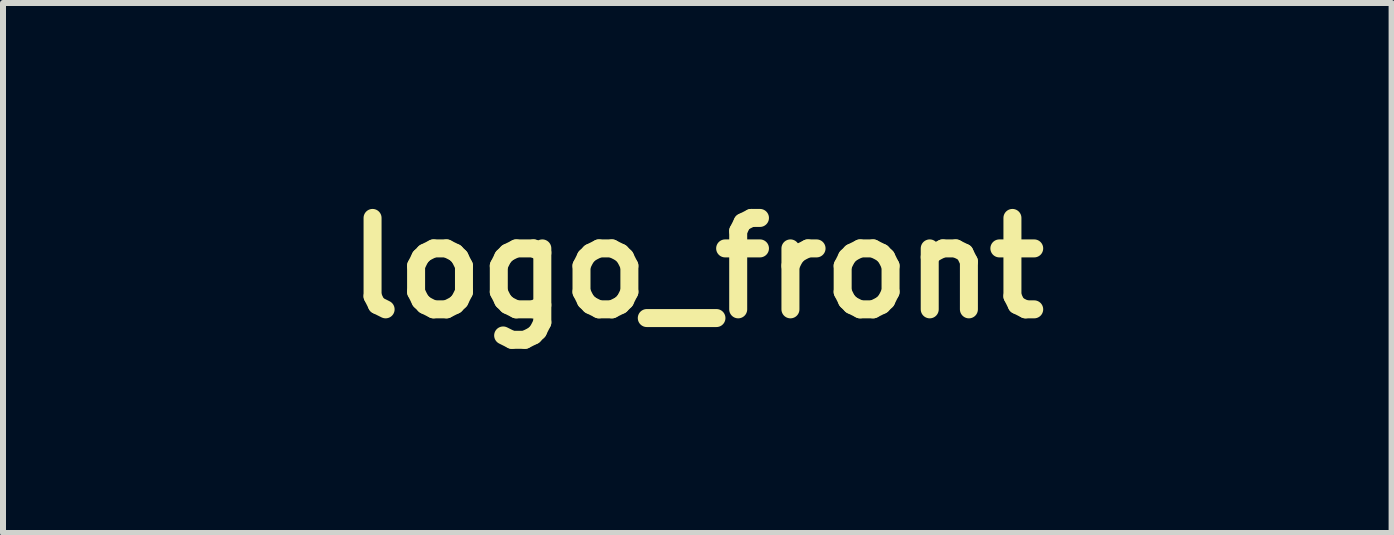
<source format=kicad_pcb>
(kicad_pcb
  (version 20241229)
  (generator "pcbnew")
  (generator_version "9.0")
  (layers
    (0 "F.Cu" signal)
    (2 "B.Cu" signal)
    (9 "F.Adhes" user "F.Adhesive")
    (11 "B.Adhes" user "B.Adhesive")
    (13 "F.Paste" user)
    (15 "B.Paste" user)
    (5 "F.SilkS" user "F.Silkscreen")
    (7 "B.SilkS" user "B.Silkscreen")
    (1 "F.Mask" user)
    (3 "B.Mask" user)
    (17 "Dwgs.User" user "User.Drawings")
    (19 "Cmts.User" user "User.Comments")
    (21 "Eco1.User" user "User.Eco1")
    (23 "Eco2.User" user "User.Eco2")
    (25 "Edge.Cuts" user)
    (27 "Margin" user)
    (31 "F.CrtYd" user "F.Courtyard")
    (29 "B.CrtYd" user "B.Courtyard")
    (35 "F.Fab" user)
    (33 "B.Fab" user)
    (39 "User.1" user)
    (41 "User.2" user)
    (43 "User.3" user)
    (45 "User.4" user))
  (footprint "logo_front"
    (layer "F.Cu")
    (at 8.568 1.418)
    (property "Reference" "logo_front" (at 0 0 0) (layer "F.SilkS") (effects (font (size 1.524 1.524) (thickness 0.3))))
    (attr through_hole)
    (fp_poly (pts (xy -2.177 0.639) (xy -2.424 0.639) (xy -2.424 -1.045) (xy -2.177 -1.045) (xy -2.177 0.639)) (stroke (width 0.01) (type solid)) (fill yes) (layer "F.Mask"))
    (fp_poly (pts (xy -8.311 -0.332) (xy -8.313 0.635) (xy -8.438 0.637) (xy -8.563 0.639) (xy -8.563 -1.299) (xy -8.309 -1.299) (xy -8.311 -0.332)) (stroke (width 0.01) (type solid)) (fill yes) (layer "F.Mask"))
    (fp_poly (pts (xy -7.156 0.639) (xy -7.402 0.639) (xy -7.404 0.372) (xy -7.406 0.105) (xy -8.077 0.101) (xy -8.077 -0.145) (xy -7.402 -0.145) (xy -7.402 -1.045) (xy -7.156 -1.045) (xy -7.156 0.639)) (stroke (width 0.01) (type solid)) (fill yes) (layer "F.Mask"))
    (fp_poly (pts (xy 8.484 1.168) (xy 8.578 1.168) (xy 8.578 1.263) (xy 8.273 1.263) (xy 8.273 1.168) (xy 8.389 1.168) (xy 8.389 0.74) (xy 8.273 0.74) (xy 8.273 0.646) (xy 8.484 0.646) (xy 8.484 1.168)) (stroke (width 0.01) (type solid)) (fill yes) (layer "F.Mask"))
    (fp_poly (pts (xy -6.06 -0.791) (xy -6.698 -0.791) (xy -6.698 -0.493) (xy -6.06 -0.493) (xy -6.06 -0.239) (xy -6.698 -0.239) (xy -6.698 0.385) (xy -5.813 0.385) (xy -5.813 0.639) (xy -6.952 0.639) (xy -6.952 -1.045) (xy -6.06 -1.045) (xy -6.06 -0.791)) (stroke (width 0.01) (type solid)) (fill yes) (layer "F.Mask"))
    (fp_poly (pts (xy 7.177 -0.791) (xy 6.531 -0.791) (xy 6.531 -0.493) (xy 7.177 -0.493) (xy 7.177 -0.239) (xy 6.531 -0.239) (xy 6.531 0.385) (xy 6.976 0.386) (xy 7.42 0.388) (xy 7.42 0.635) (xy 6.853 0.637) (xy 6.285 0.639) (xy 6.285 -1.045) (xy 7.177 -1.045) (xy 7.177 -0.791)) (stroke (width 0.01) (type solid)) (fill yes) (layer "F.Mask"))
    (fp_poly (pts (xy -1.868 -1.043) (xy -1.791 -1.041) (xy -0.94 0.1) (xy -0.936 -1.045) (xy -0.689 -1.045) (xy -0.689 0.639) (xy -0.764 0.638) (xy -0.838 0.638) (xy -1.263 0.069) (xy -1.323 -0.012) (xy -1.38 -0.089) (xy -1.435 -0.161) (xy -1.486 -0.229) (xy -1.532 -0.291) (xy -1.574 -0.347) (xy -1.611 -0.395) (xy -1.642 -0.435) (xy -1.665 -0.467) (xy -1.682 -0.488) (xy -1.691 -0.499) (xy -1.693 -0.501) (xy -1.694 -0.494) (xy -1.694 -0.473) (xy -1.695 -0.44) (xy -1.696 -0.396) (xy -1.696 -0.342) (xy -1.697 -0.279) (xy -1.697 -0.208) (xy -1.698 -0.13) (xy -1.698 -0.046) (xy -1.698 0.042) (xy -1.698 0.069) (xy -1.698 0.639) (xy -1.945 0.639) (xy -1.945 -1.046) (xy -1.868 -1.043)) (stroke (width 0.01) (type solid)) (fill yes) (layer "F.Mask"))
    (fp_poly (pts (xy 5.935 -1.043) (xy 6.056 -1.041) (xy 6.056 0.635) (xy 5.983 0.637) (xy 5.911 0.639) (xy 5.483 0.066) (xy 5.055 -0.508) (xy 5.053 0.066) (xy 5.051 0.639) (xy 4.804 0.639) (xy 4.804 -1.045) (xy 4.954 -1.045) (xy 5.378 -0.476) (xy 5.438 -0.395) (xy 5.496 -0.318) (xy 5.55 -0.245) (xy 5.601 -0.177) (xy 5.648 -0.115) (xy 5.689 -0.06) (xy 5.726 -0.011) (xy 5.756 0.029) (xy 5.78 0.06) (xy 5.797 0.082) (xy 5.806 0.093) (xy 5.808 0.094) (xy 5.808 0.087) (xy 5.809 0.067) (xy 5.81 0.034) (xy 5.811 -0.01) (xy 5.811 -0.064) (xy 5.812 -0.127) (xy 5.812 -0.199) (xy 5.813 -0.277) (xy 5.813 -0.36) (xy 5.813 -0.449) (xy 5.813 -0.476) (xy 5.813 -1.045) (xy 5.935 -1.043)) (stroke (width 0.01) (type solid)) (fill yes) (layer "F.Mask"))
    (fp_poly (pts (xy 8.075 0.978) (xy 8.043 1.042) (xy 8.013 1.103) (xy 7.985 1.158) (xy 7.96 1.206) (xy 7.94 1.247) (xy 7.923 1.279) (xy 7.912 1.301) (xy 7.907 1.311) (xy 7.906 1.312) (xy 7.903 1.306) (xy 7.893 1.289) (xy 7.879 1.261) (xy 7.859 1.223) (xy 7.836 1.177) (xy 7.809 1.125) (xy 7.779 1.066) (xy 7.747 1.004) (xy 7.737 0.983) (xy 7.704 0.919) (xy 7.674 0.858) (xy 7.646 0.803) (xy 7.622 0.755) (xy 7.601 0.714) (xy 7.585 0.682) (xy 7.575 0.66) (xy 7.57 0.649) (xy 7.569 0.648) (xy 7.576 0.647) (xy 7.593 0.647) (xy 7.619 0.647) (xy 7.624 0.647) (xy 7.679 0.65) (xy 7.776 0.853) (xy 7.801 0.904) (xy 7.824 0.953) (xy 7.846 0.997) (xy 7.863 1.035) (xy 7.877 1.063) (xy 7.886 1.081) (xy 7.887 1.085) (xy 7.901 1.114) (xy 8.135 0.646) (xy 8.242 0.646) (xy 8.075 0.978)) (stroke (width 0.01) (type solid)) (fill yes) (layer "F.Mask"))
    (fp_poly (pts (xy 0.46 -1.063) (xy 0.552 -1.049) (xy 0.638 -1.027) (xy 0.716 -0.997) (xy 0.724 -0.994) (xy 0.783 -0.965) (xy 0.743 -0.902) (xy 0.711 -0.854) (xy 0.687 -0.817) (xy 0.668 -0.79) (xy 0.655 -0.772) (xy 0.645 -0.761) (xy 0.639 -0.757) (xy 0.636 -0.757) (xy 0.543 -0.792) (xy 0.452 -0.813) (xy 0.364 -0.82) (xy 0.276 -0.813) (xy 0.259 -0.81) (xy 0.171 -0.786) (xy 0.087 -0.749) (xy 0.01 -0.701) (xy -0.06 -0.643) (xy -0.121 -0.576) (xy -0.172 -0.502) (xy -0.211 -0.42) (xy -0.224 -0.382) (xy -0.245 -0.291) (xy -0.252 -0.199) (xy -0.245 -0.109) (xy -0.224 -0.021) (xy -0.19 0.063) (xy -0.143 0.142) (xy -0.083 0.215) (xy -0.069 0.229) (xy 0.002 0.292) (xy 0.076 0.342) (xy 0.153 0.378) (xy 0.235 0.401) (xy 0.324 0.411) (xy 0.399 0.412) (xy 0.491 0.402) (xy 0.576 0.379) (xy 0.655 0.344) (xy 0.73 0.296) (xy 0.8 0.234) (xy 0.811 0.222) (xy 0.833 0.199) (xy 0.846 0.183) (xy 0.853 0.171) (xy 0.855 0.158) (xy 0.855 0.141) (xy 0.855 0.14) (xy 0.853 0.105) (xy 0.486 0.101) (xy 0.486 -0.145) (xy 1.11 -0.145) (xy 1.11 0.639) (xy 0.856 0.639) (xy 0.856 0.514) (xy 0.833 0.529) (xy 0.769 0.566) (xy 0.696 0.6) (xy 0.618 0.628) (xy 0.541 0.649) (xy 0.536 0.65) (xy 0.498 0.656) (xy 0.451 0.661) (xy 0.399 0.663) (xy 0.347 0.665) (xy 0.299 0.664) (xy 0.26 0.661) (xy 0.256 0.66) (xy 0.149 0.639) (xy 0.047 0.604) (xy -0.051 0.556) (xy -0.146 0.494) (xy -0.171 0.475) (xy -0.245 0.409) (xy -0.313 0.333) (xy -0.372 0.25) (xy -0.421 0.162) (xy -0.459 0.071) (xy -0.464 0.055) (xy -0.489 -0.052) (xy -0.501 -0.161) (xy -0.499 -0.27) (xy -0.483 -0.378) (xy -0.454 -0.483) (xy -0.411 -0.584) (xy -0.359 -0.675) (xy -0.292 -0.762) (xy -0.215 -0.841) (xy -0.129 -0.91) (xy -0.035 -0.968) (xy 0.065 -1.014) (xy 0.169 -1.047) (xy 0.192 -1.052) (xy 0.277 -1.065) (xy 0.367 -1.069) (xy 0.46 -1.063)) (stroke (width 0.01) (type solid)) (fill yes) (layer "F.Mask"))
    (fp_poly (pts (xy 3.871 -1.059) (xy 3.971 -1.038) (xy 4.067 -1.004) (xy 4.159 -0.96) (xy 4.245 -0.905) (xy 4.325 -0.841) (xy 4.397 -0.767) (xy 4.46 -0.685) (xy 4.514 -0.594) (xy 4.557 -0.497) (xy 4.589 -0.392) (xy 4.597 -0.353) (xy 4.604 -0.308) (xy 4.607 -0.254) (xy 4.608 -0.195) (xy 4.606 -0.137) (xy 4.602 -0.085) (xy 4.597 -0.052) (xy 4.585 0.004) (xy 4.57 0.056) (xy 4.55 0.108) (xy 4.523 0.166) (xy 4.517 0.178) (xy 4.462 0.274) (xy 4.396 0.361) (xy 4.321 0.439) (xy 4.238 0.506) (xy 4.148 0.562) (xy 4.052 0.607) (xy 3.951 0.64) (xy 3.846 0.66) (xy 3.739 0.667) (xy 3.63 0.66) (xy 3.524 0.639) (xy 3.423 0.605) (xy 3.327 0.559) (xy 3.239 0.503) (xy 3.158 0.436) (xy 3.085 0.36) (xy 3.022 0.277) (xy 2.968 0.186) (xy 2.926 0.089) (xy 2.896 -0.013) (xy 2.878 -0.119) (xy 2.874 -0.206) (xy 2.874 -0.212) (xy 3.127 -0.212) (xy 3.129 -0.143) (xy 3.137 -0.079) (xy 3.142 -0.054) (xy 3.171 0.031) (xy 3.212 0.112) (xy 3.265 0.185) (xy 3.326 0.251) (xy 3.396 0.307) (xy 3.472 0.353) (xy 3.554 0.387) (xy 3.61 0.402) (xy 3.666 0.41) (xy 3.73 0.413) (xy 3.794 0.411) (xy 3.854 0.404) (xy 3.883 0.399) (xy 3.968 0.371) (xy 4.048 0.332) (xy 4.12 0.282) (xy 4.185 0.223) (xy 4.241 0.155) (xy 4.287 0.082) (xy 4.323 0.002) (xy 4.348 -0.081) (xy 4.36 -0.167) (xy 4.358 -0.254) (xy 4.354 -0.29) (xy 4.333 -0.379) (xy 4.3 -0.461) (xy 4.256 -0.538) (xy 4.202 -0.607) (xy 4.139 -0.668) (xy 4.07 -0.72) (xy 3.994 -0.762) (xy 3.914 -0.793) (xy 3.829 -0.813) (xy 3.743 -0.82) (xy 3.655 -0.813) (xy 3.634 -0.81) (xy 3.546 -0.786) (xy 3.463 -0.749) (xy 3.386 -0.701) (xy 3.316 -0.643) (xy 3.255 -0.577) (xy 3.205 -0.502) (xy 3.166 -0.421) (xy 3.142 -0.344) (xy 3.131 -0.281) (xy 3.127 -0.212) (xy 2.874 -0.212) (xy 2.881 -0.313) (xy 2.902 -0.417) (xy 2.935 -0.518) (xy 2.981 -0.613) (xy 3.038 -0.703) (xy 3.105 -0.786) (xy 3.182 -0.86) (xy 3.267 -0.925) (xy 3.361 -0.979) (xy 3.454 -1.019) (xy 3.559 -1.049) (xy 3.664 -1.066) (xy 3.768 -1.069) (xy 3.871 -1.059)) (stroke (width 0.01) (type solid)) (fill yes) (layer "F.Mask"))
    (fp_poly (pts (xy -5.22 -1.045) (xy -5.117 -1.045) (xy -5.027 -1.045) (xy -4.949 -1.044) (xy -4.882 -1.043) (xy -4.825 -1.041) (xy -4.776 -1.039) (xy -4.734 -1.037) (xy -4.698 -1.034) (xy -4.666 -1.03) (xy -4.638 -1.025) (xy -4.612 -1.02) (xy -4.597 -1.016) (xy -4.515 -0.989) (xy -4.442 -0.951) (xy -4.378 -0.902) (xy -4.324 -0.845) (xy -4.281 -0.779) (xy -4.25 -0.705) (xy -4.242 -0.677) (xy -4.228 -0.605) (xy -4.221 -0.524) (xy -4.22 -0.441) (xy -4.226 -0.361) (xy -4.232 -0.319) (xy -4.254 -0.232) (xy -4.286 -0.155) (xy -4.329 -0.087) (xy -4.381 -0.03) (xy -4.445 0.016) (xy -4.519 0.053) (xy -4.603 0.081) (xy -4.663 0.093) (xy -4.739 0.105) (xy -4.586 0.369) (xy -4.554 0.425) (xy -4.524 0.478) (xy -4.497 0.525) (xy -4.474 0.565) (xy -4.455 0.598) (xy -4.442 0.621) (xy -4.435 0.634) (xy -4.434 0.636) (xy -4.441 0.637) (xy -4.46 0.637) (xy -4.489 0.638) (xy -4.526 0.637) (xy -4.569 0.637) (xy -4.57 0.637) (xy -4.706 0.635) (xy -4.858 0.368) (xy -5.011 0.101) (xy -5.196 0.103) (xy -5.381 0.105) (xy -5.383 0.372) (xy -5.385 0.639) (xy -5.632 0.639) (xy -5.632 -0.473) (xy -5.385 -0.473) (xy -5.385 -0.406) (xy -5.384 -0.344) (xy -5.384 -0.288) (xy -5.383 -0.24) (xy -5.382 -0.2) (xy -5.382 -0.171) (xy -5.381 -0.154) (xy -5.38 -0.15) (xy -5.371 -0.149) (xy -5.35 -0.147) (xy -5.318 -0.147) (xy -5.277 -0.146) (xy -5.228 -0.145) (xy -5.173 -0.145) (xy -5.115 -0.145) (xy -5.055 -0.145) (xy -4.994 -0.146) (xy -4.935 -0.146) (xy -4.878 -0.147) (xy -4.827 -0.148) (xy -4.783 -0.149) (xy -4.747 -0.15) (xy -4.722 -0.152) (xy -4.71 -0.153) (xy -4.663 -0.164) (xy -4.615 -0.183) (xy -4.573 -0.206) (xy -4.549 -0.224) (xy -4.523 -0.253) (xy -4.5 -0.293) (xy -4.481 -0.337) (xy -4.47 -0.376) (xy -4.465 -0.417) (xy -4.464 -0.465) (xy -4.466 -0.515) (xy -4.471 -0.562) (xy -4.479 -0.602) (xy -4.484 -0.618) (xy -4.508 -0.663) (xy -4.542 -0.705) (xy -4.583 -0.739) (xy -4.6 -0.75) (xy -4.618 -0.759) (xy -4.635 -0.767) (xy -4.654 -0.773) (xy -4.675 -0.778) (xy -4.701 -0.782) (xy -4.732 -0.785) (xy -4.769 -0.787) (xy -4.815 -0.789) (xy -4.871 -0.79) (xy -4.938 -0.791) (xy -5.017 -0.791) (xy -5.06 -0.791) (xy -5.385 -0.791) (xy -5.385 -0.473) (xy -5.632 -0.473) (xy -5.632 -1.045) (xy -5.22 -1.045)) (stroke (width 0.01) (type solid)) (fill yes) (layer "F.Mask"))
    (fp_poly (pts (xy -3.616 -1.045) (xy -3.537 -1.045) (xy -3.461 -1.045) (xy -3.388 -1.044) (xy -3.32 -1.043) (xy -3.26 -1.042) (xy -3.208 -1.041) (xy -3.167 -1.04) (xy -3.138 -1.038) (xy -3.127 -1.038) (xy -3.028 -1.023) (xy -2.939 -0.999) (xy -2.862 -0.965) (xy -2.794 -0.921) (xy -2.738 -0.869) (xy -2.693 -0.806) (xy -2.659 -0.736) (xy -2.642 -0.683) (xy -2.629 -0.632) (xy -2.622 -0.577) (xy -2.618 -0.515) (xy -2.618 -0.483) (xy -2.619 -0.408) (xy -2.625 -0.344) (xy -2.635 -0.286) (xy -2.65 -0.231) (xy -2.653 -0.223) (xy -2.686 -0.147) (xy -2.73 -0.082) (xy -2.784 -0.026) (xy -2.849 0.02) (xy -2.924 0.057) (xy -3.009 0.083) (xy -3.059 0.093) (xy -3.135 0.105) (xy -2.983 0.369) (xy -2.95 0.425) (xy -2.92 0.478) (xy -2.893 0.525) (xy -2.87 0.565) (xy -2.851 0.598) (xy -2.838 0.621) (xy -2.831 0.634) (xy -2.83 0.636) (xy -2.837 0.637) (xy -2.856 0.637) (xy -2.885 0.638) (xy -2.922 0.637) (xy -2.965 0.637) (xy -2.966 0.637) (xy -3.102 0.635) (xy -3.254 0.368) (xy -3.407 0.101) (xy -3.592 0.103) (xy -3.777 0.105) (xy -3.781 0.639) (xy -4.028 0.639) (xy -4.028 -0.473) (xy -3.781 -0.473) (xy -3.781 -0.406) (xy -3.781 -0.344) (xy -3.78 -0.288) (xy -3.779 -0.239) (xy -3.778 -0.2) (xy -3.777 -0.171) (xy -3.776 -0.154) (xy -3.776 -0.15) (xy -3.768 -0.149) (xy -3.746 -0.148) (xy -3.714 -0.147) (xy -3.671 -0.147) (xy -3.619 -0.146) (xy -3.56 -0.146) (xy -3.496 -0.146) (xy -3.433 -0.147) (xy -3.352 -0.148) (xy -3.285 -0.148) (xy -3.229 -0.149) (xy -3.184 -0.15) (xy -3.148 -0.151) (xy -3.12 -0.153) (xy -3.098 -0.154) (xy -3.081 -0.156) (xy -3.069 -0.159) (xy -3.059 -0.162) (xy -2.998 -0.188) (xy -2.949 -0.223) (xy -2.91 -0.268) (xy -2.881 -0.323) (xy -2.88 -0.325) (xy -2.873 -0.343) (xy -2.869 -0.361) (xy -2.866 -0.382) (xy -2.864 -0.408) (xy -2.863 -0.444) (xy -2.863 -0.472) (xy -2.864 -0.515) (xy -2.865 -0.547) (xy -2.867 -0.571) (xy -2.87 -0.59) (xy -2.876 -0.608) (xy -2.88 -0.618) (xy -2.905 -0.664) (xy -2.939 -0.706) (xy -2.98 -0.74) (xy -2.996 -0.75) (xy -3.014 -0.759) (xy -3.031 -0.767) (xy -3.05 -0.773) (xy -3.071 -0.778) (xy -3.097 -0.782) (xy -3.128 -0.785) (xy -3.166 -0.787) (xy -3.212 -0.789) (xy -3.267 -0.79) (xy -3.334 -0.791) (xy -3.413 -0.791) (xy -3.456 -0.791) (xy -3.781 -0.791) (xy -3.781 -0.473) (xy -4.028 -0.473) (xy -4.028 -1.045) (xy -3.616 -1.045)) (stroke (width 0.01) (type solid)) (fill yes) (layer "F.Mask"))
    (fp_poly (pts (xy 1.7 -1.045) (xy 1.801 -1.045) (xy 1.888 -1.044) (xy 1.964 -1.044) (xy 2.028 -1.043) (xy 2.083 -1.041) (xy 2.13 -1.039) (xy 2.169 -1.036) (xy 2.203 -1.033) (xy 2.232 -1.03) (xy 2.257 -1.025) (xy 2.28 -1.02) (xy 2.282 -1.019) (xy 2.353 -0.995) (xy 2.413 -0.961) (xy 2.463 -0.918) (xy 2.501 -0.866) (xy 2.527 -0.806) (xy 2.537 -0.77) (xy 2.543 -0.727) (xy 2.546 -0.679) (xy 2.546 -0.632) (xy 2.542 -0.592) (xy 2.54 -0.582) (xy 2.522 -0.53) (xy 2.495 -0.483) (xy 2.461 -0.445) (xy 2.421 -0.418) (xy 2.419 -0.417) (xy 2.403 -0.408) (xy 2.4 -0.402) (xy 2.403 -0.398) (xy 2.419 -0.393) (xy 2.424 -0.392) (xy 2.436 -0.389) (xy 2.456 -0.381) (xy 2.478 -0.371) (xy 2.539 -0.335) (xy 2.591 -0.291) (xy 2.632 -0.237) (xy 2.664 -0.173) (xy 2.687 -0.099) (xy 2.701 -0.014) (xy 2.707 0.082) (xy 2.707 0.092) (xy 2.702 0.191) (xy 2.687 0.28) (xy 2.662 0.358) (xy 2.627 0.426) (xy 2.581 0.485) (xy 2.525 0.533) (xy 2.457 0.572) (xy 2.379 0.602) (xy 2.289 0.623) (xy 2.227 0.631) (xy 2.205 0.633) (xy 2.171 0.634) (xy 2.124 0.635) (xy 2.068 0.636) (xy 2.003 0.637) (xy 1.93 0.638) (xy 1.852 0.638) (xy 1.77 0.639) (xy 1.726 0.639) (xy 1.299 0.639) (xy 1.299 0.385) (xy 1.546 0.385) (xy 1.896 0.383) (xy 1.976 0.383) (xy 2.043 0.382) (xy 2.099 0.382) (xy 2.144 0.381) (xy 2.179 0.38) (xy 2.207 0.379) (xy 2.229 0.378) (xy 2.246 0.376) (xy 2.259 0.374) (xy 2.27 0.371) (xy 2.279 0.368) (xy 2.29 0.364) (xy 2.29 0.364) (xy 2.335 0.339) (xy 2.376 0.304) (xy 2.41 0.262) (xy 2.431 0.221) (xy 2.441 0.186) (xy 2.448 0.142) (xy 2.452 0.092) (xy 2.453 0.043) (xy 2.45 -0.002) (xy 2.446 -0.028) (xy 2.426 -0.088) (xy 2.397 -0.137) (xy 2.356 -0.178) (xy 2.304 -0.21) (xy 2.275 -0.222) (xy 2.266 -0.225) (xy 2.255 -0.227) (xy 2.242 -0.23) (xy 2.224 -0.231) (xy 2.202 -0.233) (xy 2.172 -0.234) (xy 2.135 -0.235) (xy 2.088 -0.236) (xy 2.031 -0.237) (xy 1.961 -0.237) (xy 1.892 -0.238) (xy 1.546 -0.24) (xy 1.546 0.385) (xy 1.299 0.385) (xy 1.299 -0.493) (xy 1.546 -0.493) (xy 1.867 -0.494) (xy 1.944 -0.494) (xy 2.008 -0.494) (xy 2.061 -0.494) (xy 2.103 -0.495) (xy 2.135 -0.496) (xy 2.161 -0.497) (xy 2.18 -0.498) (xy 2.194 -0.5) (xy 2.204 -0.502) (xy 2.213 -0.505) (xy 2.217 -0.507) (xy 2.252 -0.53) (xy 2.276 -0.562) (xy 2.29 -0.603) (xy 2.293 -0.643) (xy 2.288 -0.691) (xy 2.271 -0.729) (xy 2.242 -0.759) (xy 2.229 -0.768) (xy 2.195 -0.787) (xy 1.871 -0.789) (xy 1.546 -0.792) (xy 1.546 -0.493) (xy 1.299 -0.493) (xy 1.299 -1.045) (xy 1.7 -1.045)) (stroke (width 0.01) (type solid)) (fill yes) (layer "F.Mask")))
  (gr_rect
    (start -3 -3)
    (end 20.151 5.836)
    (stroke (width 0.1) (type default))
    (fill no)
    (layer "Edge.Cuts")))
</source>
